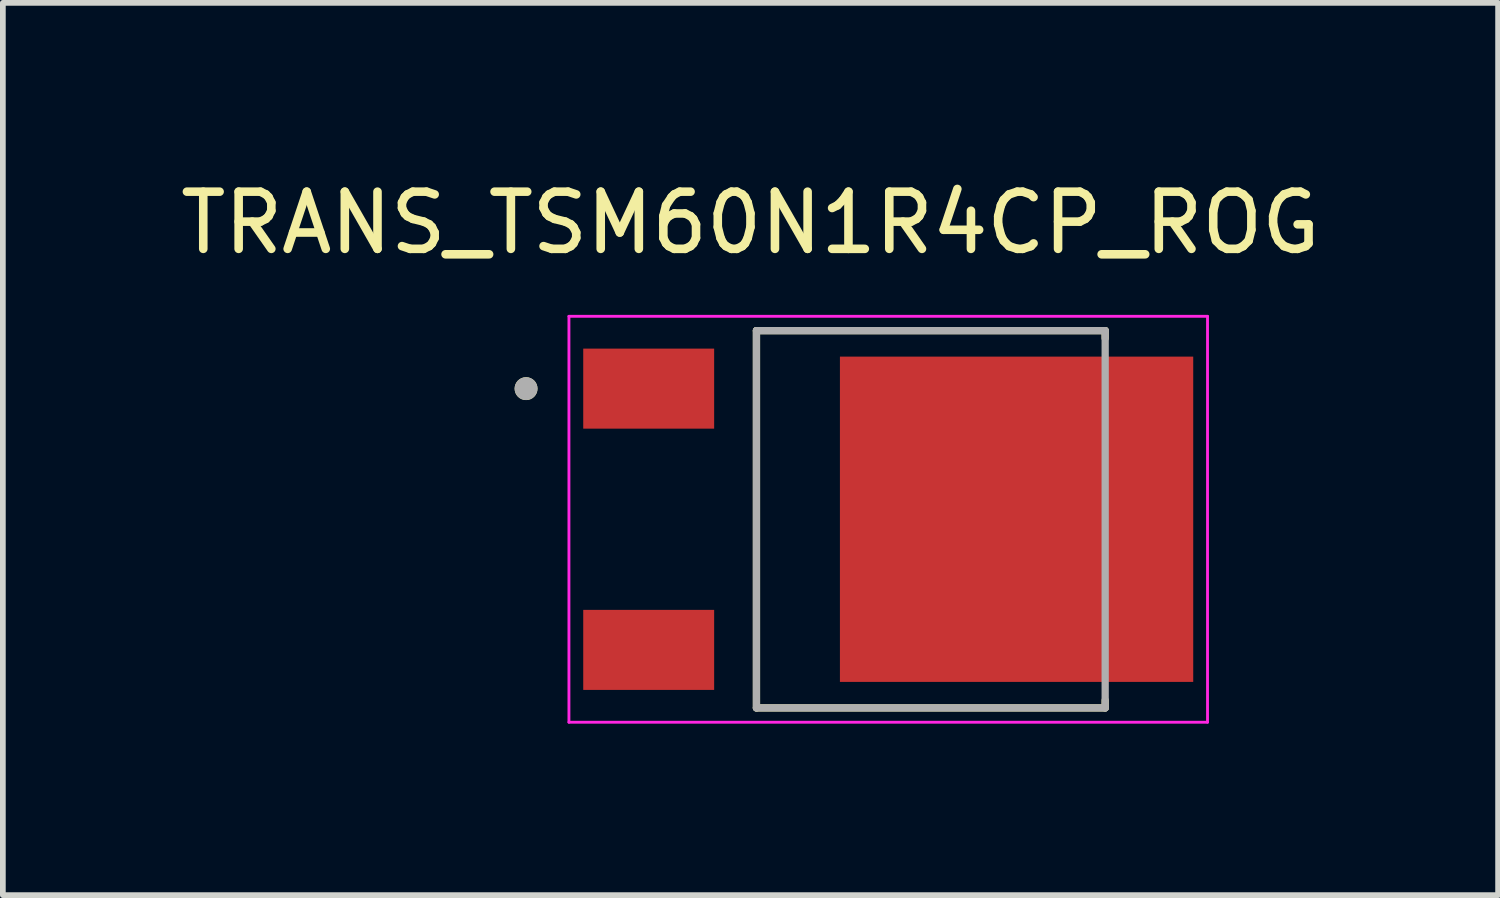
<source format=kicad_pcb>
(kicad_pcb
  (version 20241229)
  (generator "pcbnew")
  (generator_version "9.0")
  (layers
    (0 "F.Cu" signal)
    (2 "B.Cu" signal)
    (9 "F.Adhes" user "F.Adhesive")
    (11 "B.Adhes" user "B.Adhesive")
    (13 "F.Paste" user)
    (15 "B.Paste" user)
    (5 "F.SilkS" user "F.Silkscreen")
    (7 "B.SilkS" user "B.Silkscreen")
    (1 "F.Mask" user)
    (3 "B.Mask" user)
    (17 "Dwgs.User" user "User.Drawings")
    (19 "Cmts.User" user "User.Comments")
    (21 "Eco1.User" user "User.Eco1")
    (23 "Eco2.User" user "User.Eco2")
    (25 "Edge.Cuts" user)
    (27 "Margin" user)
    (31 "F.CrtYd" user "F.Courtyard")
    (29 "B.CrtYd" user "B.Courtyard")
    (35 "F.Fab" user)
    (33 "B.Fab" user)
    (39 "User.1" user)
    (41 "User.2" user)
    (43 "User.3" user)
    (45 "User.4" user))
  (footprint "TRANS_TSM60N1R4CP_ROG"
    (layer "F.Cu")
    (at 12.487 6.033)
    (property "Reference" "TRANS_TSM60N1R4CP_ROG" (at -2.41 -5.185 0) (layer "F.SilkS") (effects (font (size 1 1) (thickness 0.15))))
    (attr smd)
    (fp_line (start -2.305 -3.3) (end 3.795 -3.3) (stroke (width 0.127) (type solid)) (layer "F.SilkS"))
    (fp_line (start -2.305 3.3) (end -2.305 -3.3) (stroke (width 0.127) (type solid)) (layer "F.SilkS"))
    (fp_line (start 3.795 -3.3) (end 3.795 -3.165) (stroke (width 0.127) (type solid)) (layer "F.SilkS"))
    (fp_line (start 3.795 3.3) (end -2.305 3.3) (stroke (width 0.127) (type solid)) (layer "F.SilkS"))
    (fp_line (start 3.795 3.3) (end 3.795 3.165) (stroke (width 0.127) (type solid)) (layer "F.SilkS"))
    (fp_circle (center -6.335 -2.285) (end -6.235 -2.285) (stroke (width 0.2) (type solid)) (fill no) (layer "F.SilkS"))
    (fp_poly (pts (xy -0.48 -2.305) (xy 0.85 -2.305) (xy 0.85 -0.545) (xy -0.48 -0.545)) (stroke (width 0.01) (type solid)) (fill yes) (layer "F.Paste"))
    (fp_poly (pts (xy -0.48 0.545) (xy 0.85 0.545) (xy 0.85 2.305) (xy -0.48 2.305)) (stroke (width 0.01) (type solid)) (fill yes) (layer "F.Paste"))
    (fp_poly (pts (xy 1.58 -2.305) (xy 2.91 -2.305) (xy 2.91 -0.545) (xy 1.58 -0.545)) (stroke (width 0.01) (type solid)) (fill yes) (layer "F.Paste"))
    (fp_poly (pts (xy 1.58 0.545) (xy 2.91 0.545) (xy 2.91 2.305) (xy 1.58 2.305)) (stroke (width 0.01) (type solid)) (fill yes) (layer "F.Paste"))
    (fp_poly (pts (xy 3.64 -2.305) (xy 4.97 -2.305) (xy 4.97 -0.545) (xy 3.64 -0.545)) (stroke (width 0.01) (type solid)) (fill yes) (layer "F.Paste"))
    (fp_poly (pts (xy 3.64 0.545) (xy 4.97 0.545) (xy 4.97 2.305) (xy 3.64 2.305)) (stroke (width 0.01) (type solid)) (fill yes) (layer "F.Paste"))
    (fp_line (start -5.585 -3.55) (end -5.585 3.55) (stroke (width 0.05) (type solid)) (layer "F.CrtYd"))
    (fp_line (start -5.585 3.55) (end 5.585 3.55) (stroke (width 0.05) (type solid)) (layer "F.CrtYd"))
    (fp_line (start 5.585 -3.55) (end -5.585 -3.55) (stroke (width 0.05) (type solid)) (layer "F.CrtYd"))
    (fp_line (start 5.585 3.55) (end 5.585 -3.55) (stroke (width 0.05) (type solid)) (layer "F.CrtYd"))
    (fp_line (start -2.305 -3.3) (end 3.795 -3.3) (stroke (width 0.127) (type solid)) (layer "F.Fab"))
    (fp_line (start -2.305 3.3) (end -2.305 -3.3) (stroke (width 0.127) (type solid)) (layer "F.Fab"))
    (fp_line (start 3.795 -3.3) (end 3.795 3.3) (stroke (width 0.127) (type solid)) (layer "F.Fab"))
    (fp_line (start 3.795 3.3) (end -2.305 3.3) (stroke (width 0.127) (type solid)) (layer "F.Fab"))
    (fp_circle (center -6.335 -2.285) (end -6.235 -2.285) (stroke (width 0.2) (type solid)) (fill no) (layer "F.Fab"))
    (pad "1" smd rect (at -4.19 -2.285) (size 2.29 1.4) (layers "F.Cu" "F.Mask" "F.Paste"))
    (pad "2" smd rect (at 2.245 0) (size 6.18 5.69) (layers "F.Cu" "F.Mask"))
    (pad "3" smd rect (at -4.19 2.285) (size 2.29 1.4) (layers "F.Cu" "F.Mask" "F.Paste")))
  (gr_rect
    (start -3 -3)
    (end 23.155 12.608)
    (stroke (width 0.1) (type default))
    (fill no)
    (layer "Edge.Cuts")))
</source>
